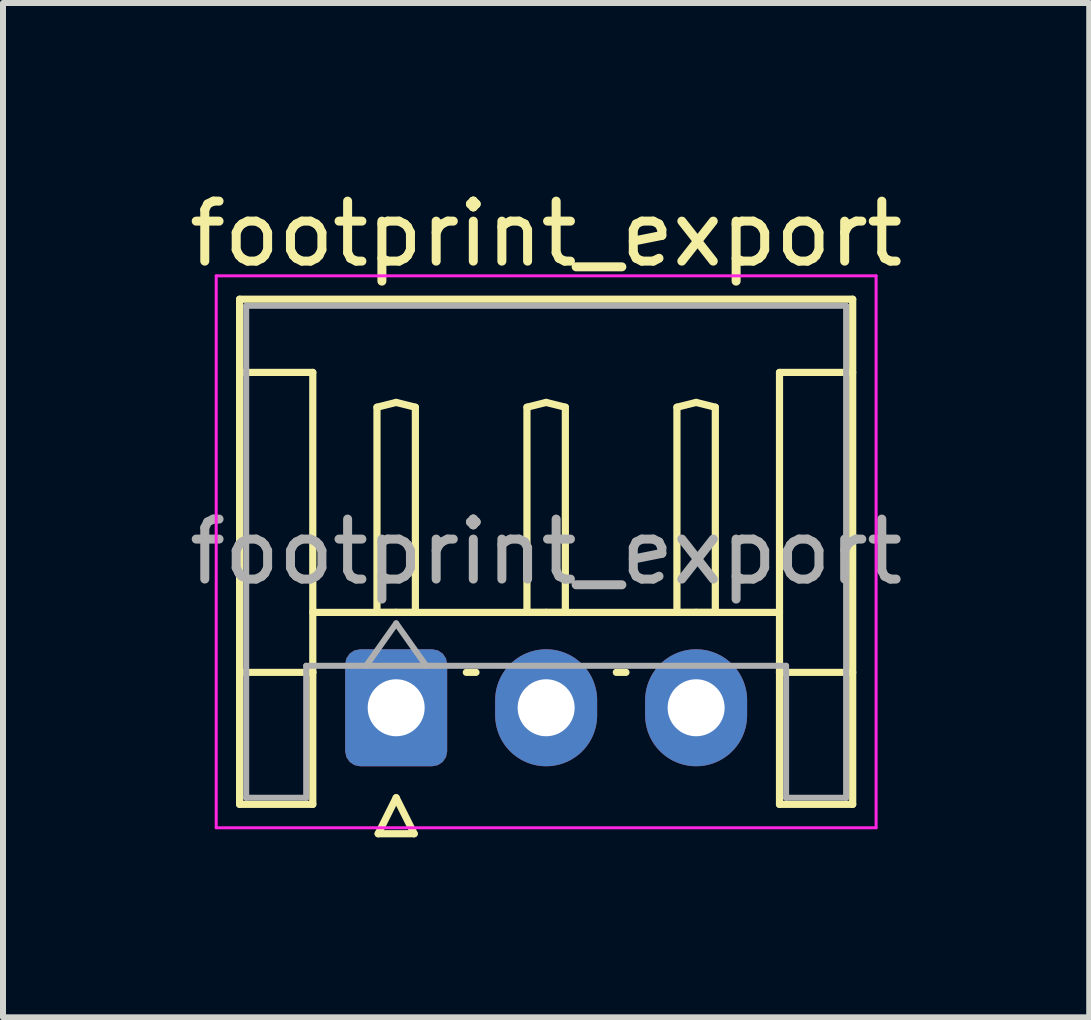
<source format=kicad_pcb>
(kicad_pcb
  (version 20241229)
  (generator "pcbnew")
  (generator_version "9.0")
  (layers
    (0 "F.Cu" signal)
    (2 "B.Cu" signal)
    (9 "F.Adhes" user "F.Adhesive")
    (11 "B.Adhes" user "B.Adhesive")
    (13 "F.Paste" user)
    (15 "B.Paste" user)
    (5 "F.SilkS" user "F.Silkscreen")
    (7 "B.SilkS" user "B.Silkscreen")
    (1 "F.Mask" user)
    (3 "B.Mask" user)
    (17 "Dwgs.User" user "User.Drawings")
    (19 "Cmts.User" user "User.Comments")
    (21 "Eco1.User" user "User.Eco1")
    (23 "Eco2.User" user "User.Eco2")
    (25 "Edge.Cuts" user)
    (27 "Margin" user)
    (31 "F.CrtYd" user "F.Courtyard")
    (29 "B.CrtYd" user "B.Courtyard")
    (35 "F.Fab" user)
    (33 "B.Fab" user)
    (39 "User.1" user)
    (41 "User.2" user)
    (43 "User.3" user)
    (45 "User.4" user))
  (footprint "footprint_export"
    (layer "F.Cu")
    (at 3.554 8.748)
    (property "Reference" "footprint_export" (at 2.5 -7.9 0) (layer "F.SilkS") (effects (font (size 1 1) (thickness 0.15))))
    (attr through_hole)
    (fp_line (start -2.61 -6.81) (end 7.61 -6.81) (stroke (width 0.12) (type solid)) (layer "F.SilkS"))
    (fp_line (start -2.61 -5.59) (end -1.39 -5.59) (stroke (width 0.12) (type solid)) (layer "F.SilkS"))
    (fp_line (start -2.61 1.61) (end -2.61 -6.81) (stroke (width 0.12) (type solid)) (layer "F.SilkS"))
    (fp_line (start -1.39 -5.59) (end -1.39 -0.59) (stroke (width 0.12) (type solid)) (layer "F.SilkS"))
    (fp_line (start -1.39 -1.59) (end 6.39 -1.59) (stroke (width 0.12) (type solid)) (layer "F.SilkS"))
    (fp_line (start -1.39 -0.59) (end -2.61 -0.59) (stroke (width 0.12) (type solid)) (layer "F.SilkS"))
    (fp_line (start -1.39 -0.59) (end -1.39 1.61) (stroke (width 0.12) (type solid)) (layer "F.SilkS"))
    (fp_line (start -1.39 1.61) (end -2.61 1.61) (stroke (width 0.12) (type solid)) (layer "F.SilkS"))
    (fp_line (start -0.32 -5.01) (end 0 -5.09) (stroke (width 0.12) (type solid)) (layer "F.SilkS"))
    (fp_line (start -0.32 -1.59) (end -0.32 -5.01) (stroke (width 0.12) (type solid)) (layer "F.SilkS"))
    (fp_line (start -0.3 2.1) (end 0.3 2.1) (stroke (width 0.12) (type solid)) (layer "F.SilkS"))
    (fp_line (start 0 -5.09) (end 0.32 -5.01) (stroke (width 0.12) (type solid)) (layer "F.SilkS"))
    (fp_line (start 0 -1.59) (end -0.32 -1.59) (stroke (width 0.12) (type solid)) (layer "F.SilkS"))
    (fp_line (start 0 1.5) (end -0.3 2.1) (stroke (width 0.12) (type solid)) (layer "F.SilkS"))
    (fp_line (start 0.3 2.1) (end 0 1.5) (stroke (width 0.12) (type solid)) (layer "F.SilkS"))
    (fp_line (start 0.32 -5.01) (end 0.32 -1.59) (stroke (width 0.12) (type solid)) (layer "F.SilkS"))
    (fp_line (start 0.32 -1.59) (end 0 -1.59) (stroke (width 0.12) (type solid)) (layer "F.SilkS"))
    (fp_line (start 1.17 -0.59) (end 1.33 -0.59) (stroke (width 0.12) (type solid)) (layer "F.SilkS"))
    (fp_line (start 2.18 -5.01) (end 2.5 -5.09) (stroke (width 0.12) (type solid)) (layer "F.SilkS"))
    (fp_line (start 2.18 -1.59) (end 2.18 -5.01) (stroke (width 0.12) (type solid)) (layer "F.SilkS"))
    (fp_line (start 2.5 -5.09) (end 2.82 -5.01) (stroke (width 0.12) (type solid)) (layer "F.SilkS"))
    (fp_line (start 2.5 -1.59) (end 2.18 -1.59) (stroke (width 0.12) (type solid)) (layer "F.SilkS"))
    (fp_line (start 2.82 -5.01) (end 2.82 -1.59) (stroke (width 0.12) (type solid)) (layer "F.SilkS"))
    (fp_line (start 2.82 -1.59) (end 2.5 -1.59) (stroke (width 0.12) (type solid)) (layer "F.SilkS"))
    (fp_line (start 3.67 -0.59) (end 3.83 -0.59) (stroke (width 0.12) (type solid)) (layer "F.SilkS"))
    (fp_line (start 4.68 -5.01) (end 5 -5.09) (stroke (width 0.12) (type solid)) (layer "F.SilkS"))
    (fp_line (start 4.68 -1.59) (end 4.68 -5.01) (stroke (width 0.12) (type solid)) (layer "F.SilkS"))
    (fp_line (start 5 -5.09) (end 5.32 -5.01) (stroke (width 0.12) (type solid)) (layer "F.SilkS"))
    (fp_line (start 5 -1.59) (end 4.68 -1.59) (stroke (width 0.12) (type solid)) (layer "F.SilkS"))
    (fp_line (start 5.32 -5.01) (end 5.32 -1.59) (stroke (width 0.12) (type solid)) (layer "F.SilkS"))
    (fp_line (start 5.32 -1.59) (end 5 -1.59) (stroke (width 0.12) (type solid)) (layer "F.SilkS"))
    (fp_line (start 6.39 -5.59) (end 6.39 -0.59) (stroke (width 0.12) (type solid)) (layer "F.SilkS"))
    (fp_line (start 6.39 -0.59) (end 7.61 -0.59) (stroke (width 0.12) (type solid)) (layer "F.SilkS"))
    (fp_line (start 6.39 1.61) (end 6.39 -0.59) (stroke (width 0.12) (type solid)) (layer "F.SilkS"))
    (fp_line (start 7.61 -6.81) (end 7.61 1.61) (stroke (width 0.12) (type solid)) (layer "F.SilkS"))
    (fp_line (start 7.61 -5.59) (end 6.39 -5.59) (stroke (width 0.12) (type solid)) (layer "F.SilkS"))
    (fp_line (start 7.61 1.61) (end 6.39 1.61) (stroke (width 0.12) (type solid)) (layer "F.SilkS"))
    (fp_line (start -3 -7.2) (end -3 2) (stroke (width 0.05) (type solid)) (layer "F.CrtYd"))
    (fp_line (start -3 2) (end 8 2) (stroke (width 0.05) (type solid)) (layer "F.CrtYd"))
    (fp_line (start 8 -7.2) (end -3 -7.2) (stroke (width 0.05) (type solid)) (layer "F.CrtYd"))
    (fp_line (start 8 2) (end 8 -7.2) (stroke (width 0.05) (type solid)) (layer "F.CrtYd"))
    (fp_line (start -2.5 -6.7) (end 7.5 -6.7) (stroke (width 0.1) (type solid)) (layer "F.Fab"))
    (fp_line (start -2.5 1.5) (end -2.5 -6.7) (stroke (width 0.1) (type solid)) (layer "F.Fab"))
    (fp_line (start -1.5 -0.7) (end -1.5 1.5) (stroke (width 0.1) (type solid)) (layer "F.Fab"))
    (fp_line (start -1.5 1.5) (end -2.5 1.5) (stroke (width 0.1) (type solid)) (layer "F.Fab"))
    (fp_line (start -0.5 -0.7) (end 0 -1.407) (stroke (width 0.1) (type solid)) (layer "F.Fab"))
    (fp_line (start 0 -1.407) (end 0.5 -0.7) (stroke (width 0.1) (type solid)) (layer "F.Fab"))
    (fp_line (start 6.5 -0.7) (end -1.5 -0.7) (stroke (width 0.1) (type solid)) (layer "F.Fab"))
    (fp_line (start 6.5 1.5) (end 6.5 -0.7) (stroke (width 0.1) (type solid)) (layer "F.Fab"))
    (fp_line (start 7.5 -6.7) (end 7.5 1.5) (stroke (width 0.1) (type solid)) (layer "F.Fab"))
    (fp_line (start 7.5 1.5) (end 6.5 1.5) (stroke (width 0.1) (type solid)) (layer "F.Fab"))
    (fp_text user "${REFERENCE}" (at 2.5 -2.6 0) (layer "F.Fab") (effects (font (size 1 1) (thickness 0.15))))
    (pad "1" thru_hole roundrect (at 0 0) (size 1.7 1.95) (drill 0.95) (layers "*.Cu" "*.Mask") (roundrect_rratio 0.147))
    (pad "2" thru_hole oval (at 2.5 0) (size 1.7 1.95) (drill 0.95) (layers "*.Cu" "*.Mask"))
    (pad "3" thru_hole oval (at 5 0) (size 1.7 1.95) (drill 0.95) (layers "*.Cu" "*.Mask")))
  (gr_rect
    (start -3 -3)
    (end 15.107 13.908)
    (stroke (width 0.1) (type default))
    (fill no)
    (layer "Edge.Cuts")))
</source>
